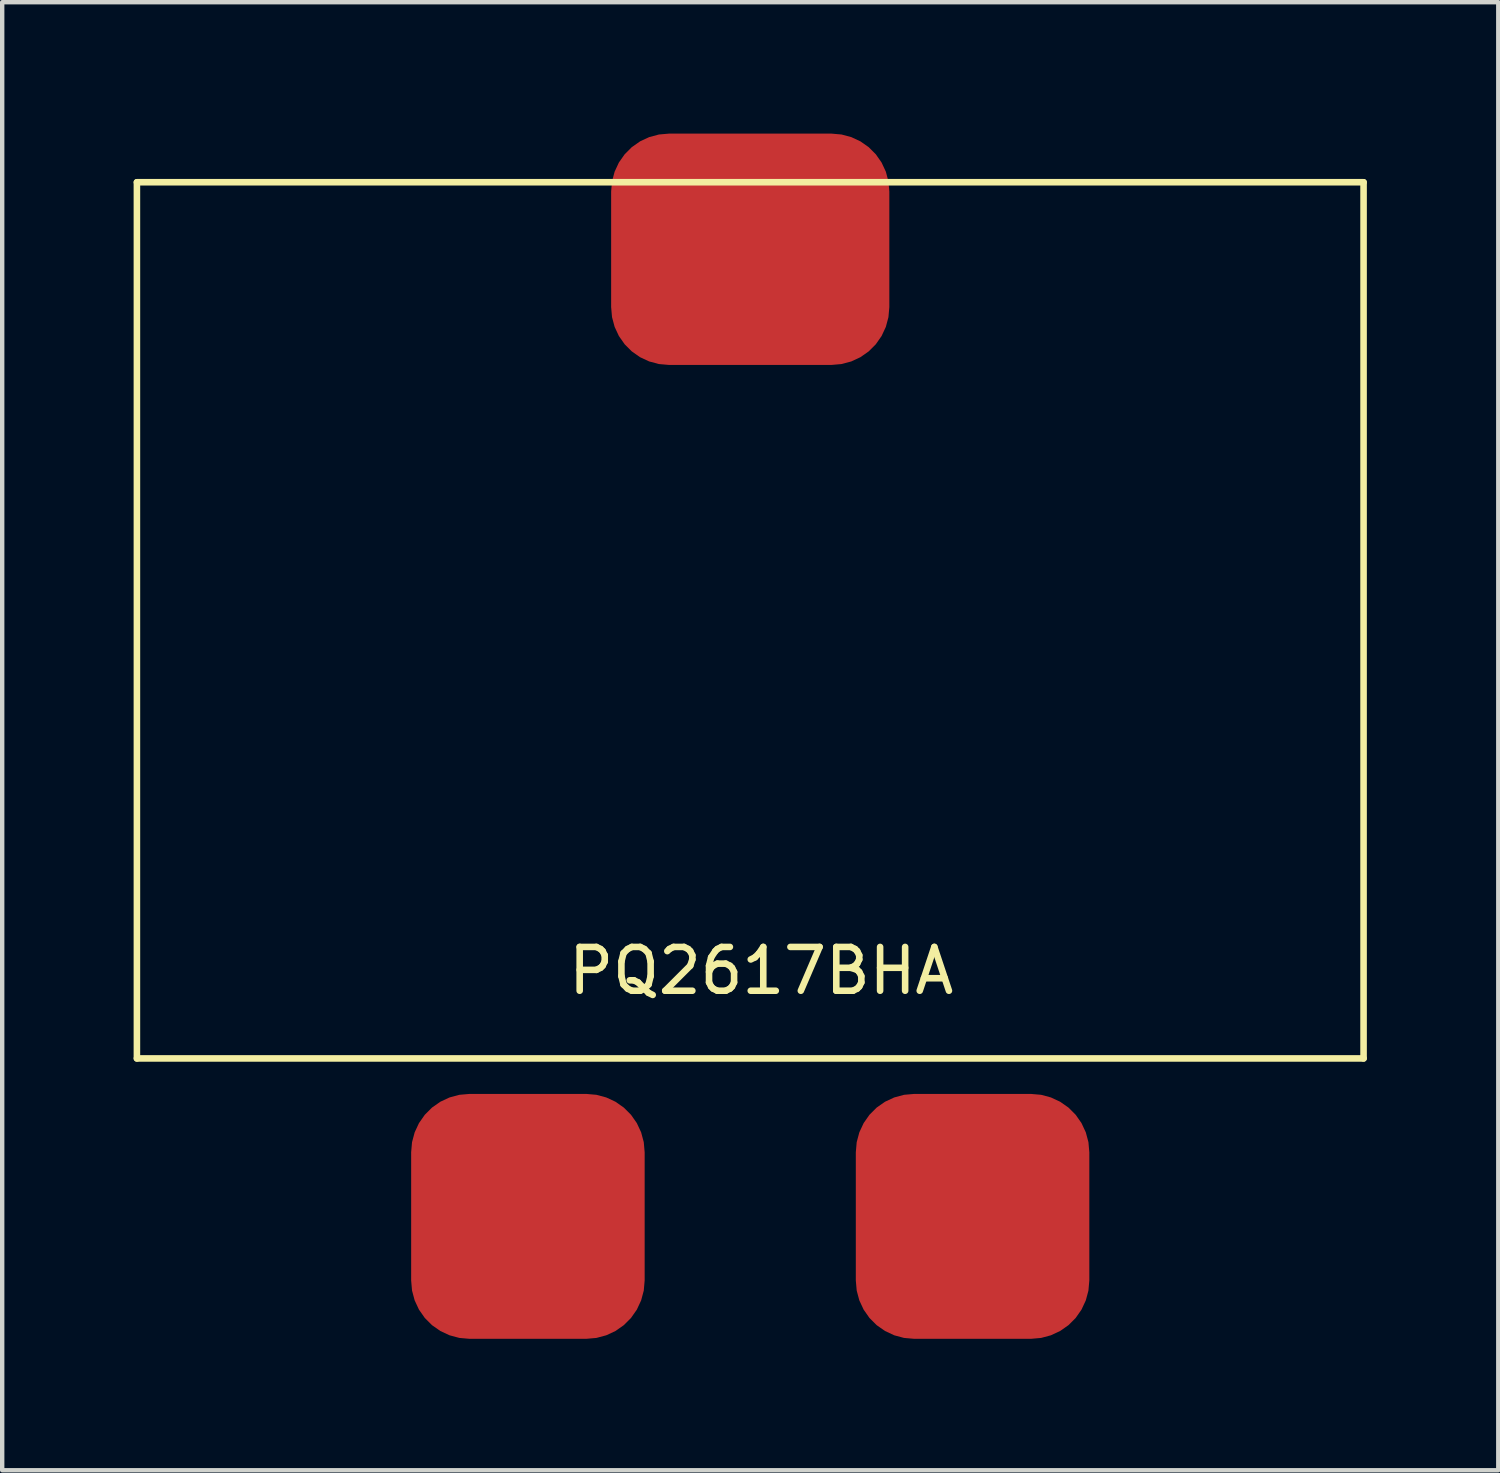
<source format=kicad_pcb>
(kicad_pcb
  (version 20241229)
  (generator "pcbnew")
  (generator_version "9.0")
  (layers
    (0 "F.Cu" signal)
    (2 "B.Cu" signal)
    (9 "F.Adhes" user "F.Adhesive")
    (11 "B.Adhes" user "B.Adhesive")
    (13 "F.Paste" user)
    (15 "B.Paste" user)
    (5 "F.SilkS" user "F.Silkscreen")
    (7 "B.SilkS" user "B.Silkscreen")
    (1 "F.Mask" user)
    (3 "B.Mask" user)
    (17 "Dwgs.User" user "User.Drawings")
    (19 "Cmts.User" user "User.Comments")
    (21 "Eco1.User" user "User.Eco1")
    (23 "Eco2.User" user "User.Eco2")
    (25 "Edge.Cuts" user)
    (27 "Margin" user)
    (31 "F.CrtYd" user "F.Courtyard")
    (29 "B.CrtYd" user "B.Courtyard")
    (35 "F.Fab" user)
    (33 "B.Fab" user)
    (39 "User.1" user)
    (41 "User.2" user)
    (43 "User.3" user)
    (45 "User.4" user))
  (footprint "PQ2617BHA"
    (layer "F.Cu")
    (at 14.075 10.36)
    (property "Reference" "PQ2617BHA" (at 0.25 8.75 0) (unlocked yes) (layer "F.SilkS") (effects (font (size 1 1) (thickness 0.15))))
    (attr through_hole)
    (fp_line (start -14 -9.25) (end -14 10.75) (stroke (width 0.15) (type solid)) (layer "F.SilkS"))
    (fp_line (start -14 10.75) (end 14 10.75) (stroke (width 0.15) (type solid)) (layer "F.SilkS"))
    (fp_line (start 14 -9.25) (end -14 -9.25) (stroke (width 0.15) (type solid)) (layer "F.SilkS"))
    (fp_line (start 14 10.75) (end 14 -9.25) (stroke (width 0.15) (type solid)) (layer "F.SilkS"))
    (pad "" smd roundrect (at 0 -7.72) (size 6.35 5.28) (layers "F.Cu" "F.Mask" "F.Paste") (roundrect_rratio 0.25))
    (pad "1" smd roundrect (at -5.075 14.355) (size 5.33 5.59) (layers "F.Cu" "F.Mask" "F.Paste") (roundrect_rratio 0.25))
    (pad "2" smd roundrect (at 5.075 14.355) (size 5.33 5.59) (layers "F.Cu" "F.Mask" "F.Paste") (roundrect_rratio 0.25)))
  (gr_rect
    (start -3 -3)
    (end 31.15 30.51)
    (stroke (width 0.1) (type default))
    (fill no)
    (layer "Edge.Cuts")))
</source>
